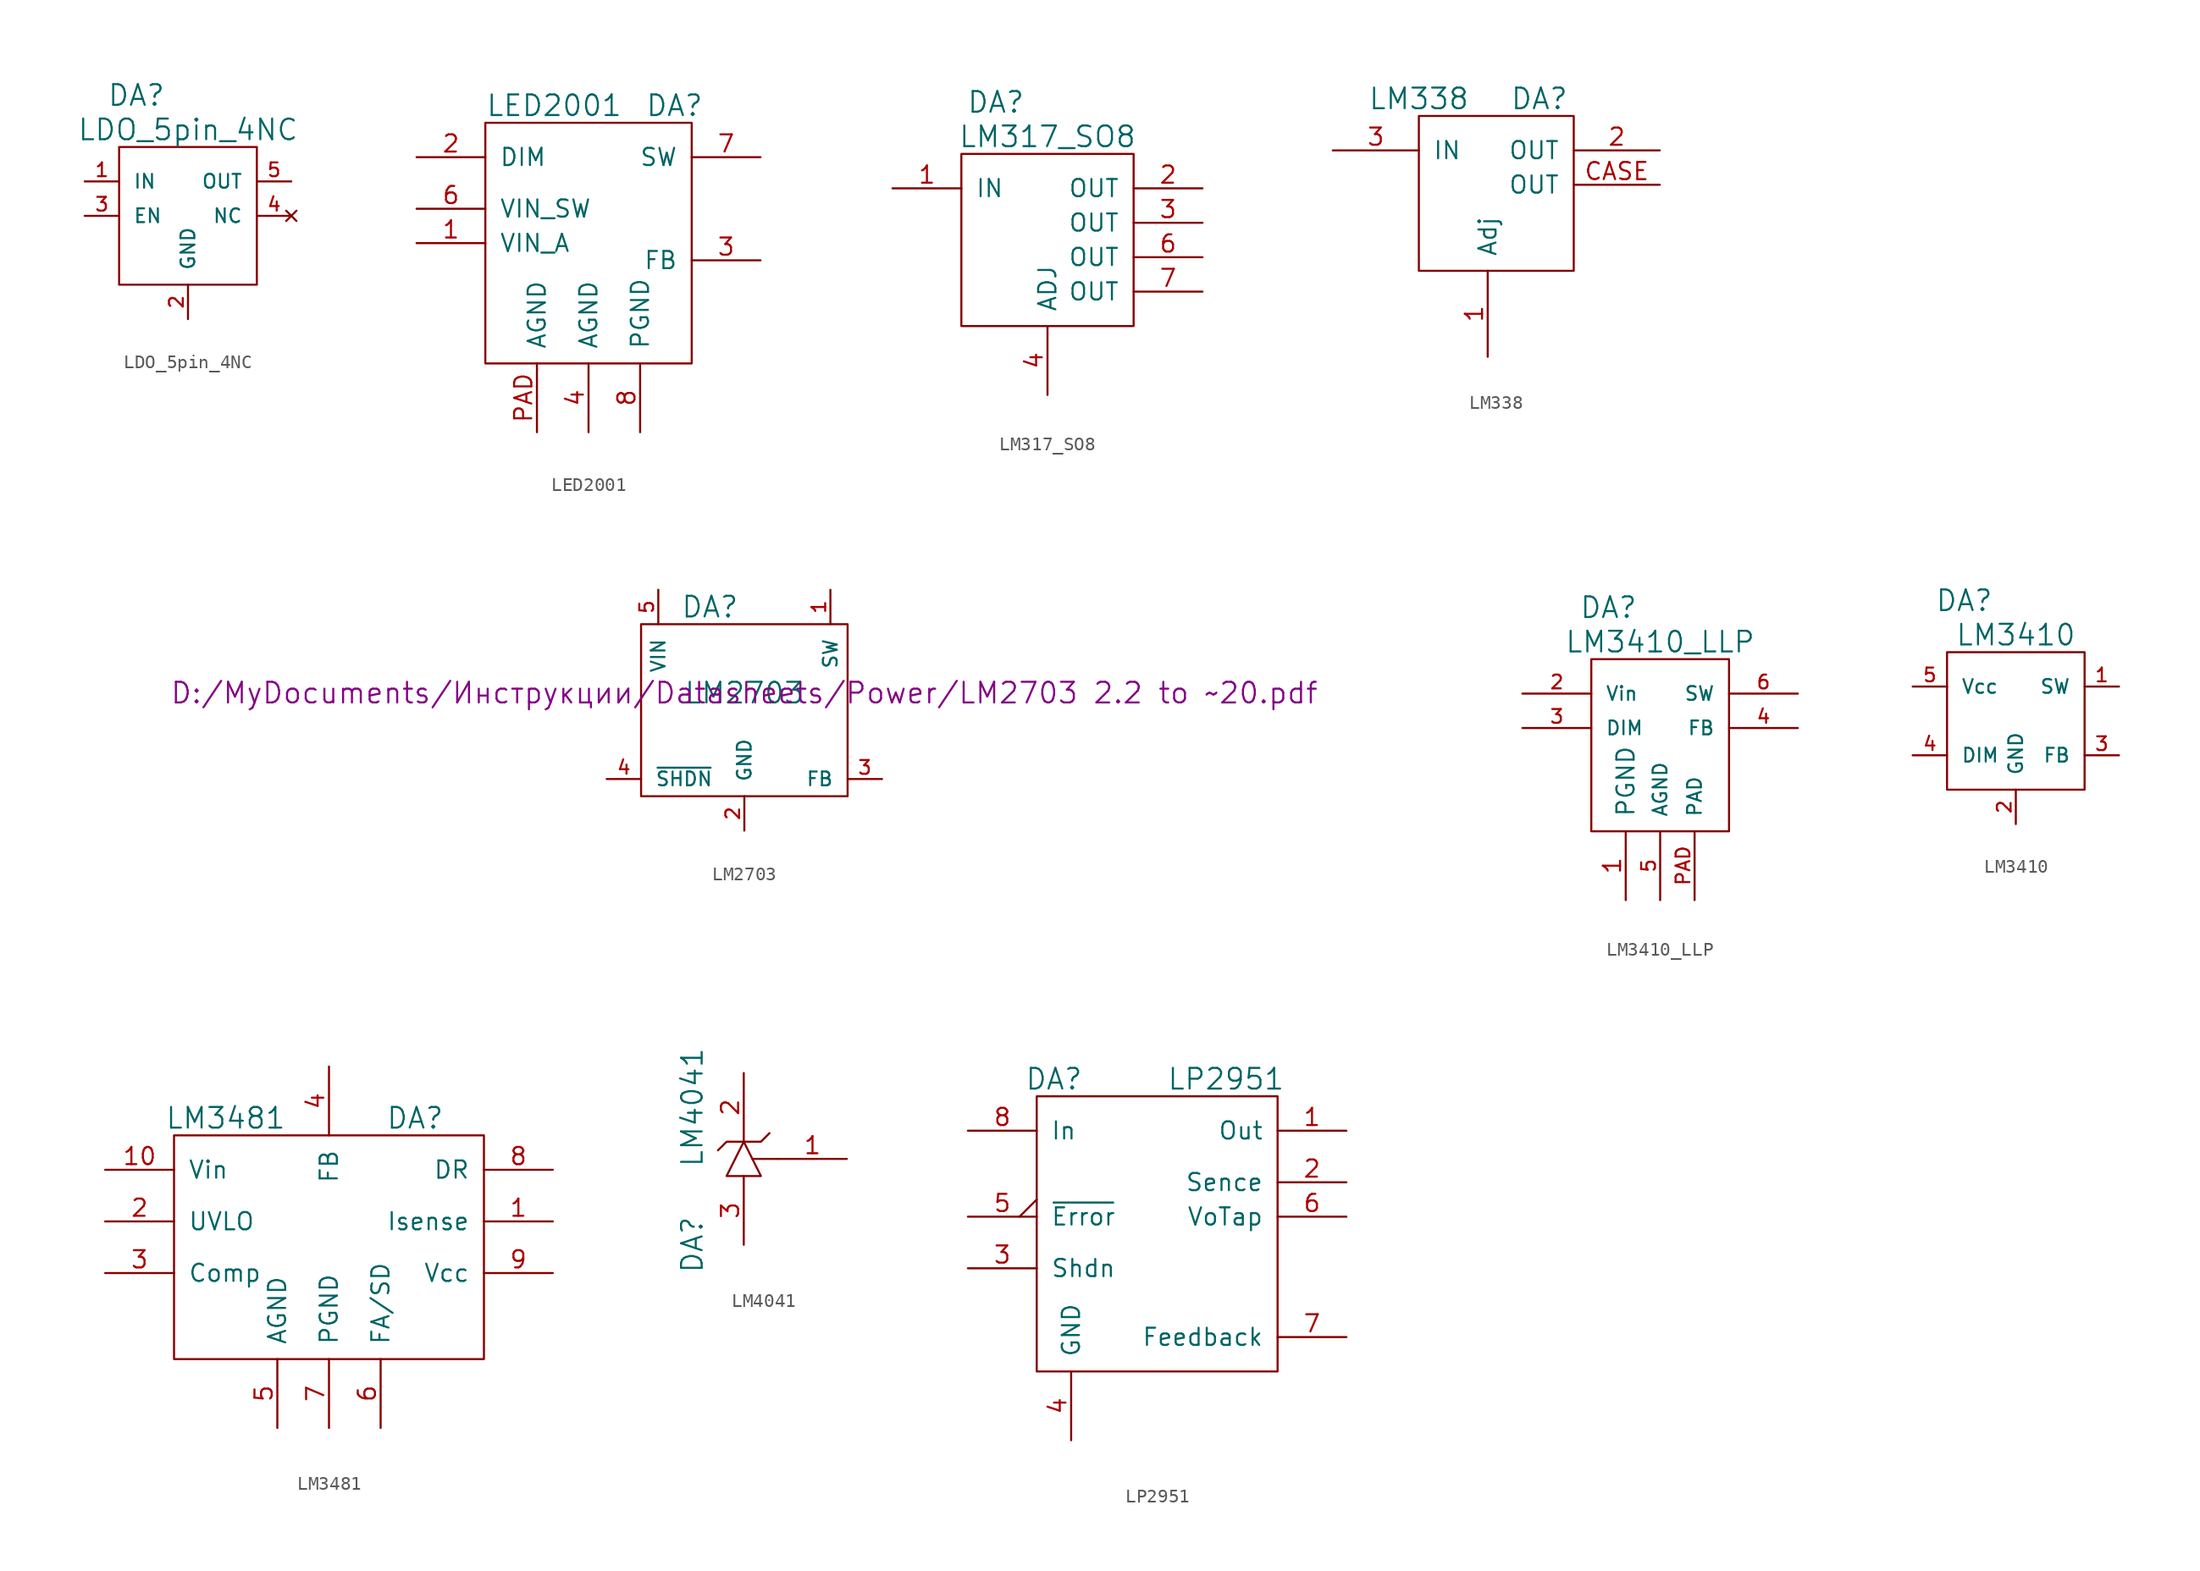
<source format=kicad_sym>
(kicad_symbol_lib
  (version 20231120)
  (generator "kicad_symbol_editor")
  (generator_version "8.0")
  (symbol "LDO_5pin_4NC"
    (pin_names
      (offset 1.016))
    (property "Reference" "DA"
      (at -3.81 7.62 0)
      (effects (font (size 1.524 1.524))))
    (property "Value" "LDO_5pin_4NC"
      (at 0 5.08 0)
      (effects (font (size 1.524 1.524))))
    (property "Footprint" ""
      (at 0 0 0)
      (effects (font (size 1.524 1.524))))
    (property "Datasheet" ""
      (at 0 0 0)
      (effects (font (size 1.524 1.524))))
    (symbol "LDO_5pin_4NC_0_1"
      (rectangle (start -5.08 3.81) (end 5.08 -6.35) (stroke (width 0) (type default)) (fill (type none))))
    (symbol "LDO_5pin_4NC_1_1"
      (pin passive line (at -7.62 1.27 0) (length 2.54) (name "IN" (effects (font (size 1.016 1.016)))) (number "1" (effects (font (size 1.016 1.016)))))
      (pin power_in line (at 0 -8.89 90) (length 2.54) (name "GND" (effects (font (size 1.016 1.016)))) (number "2" (effects (font (size 1.016 1.016)))))
      (pin passive line (at -7.62 -1.27 0) (length 2.54) (name "EN" (effects (font (size 1.016 1.016)))) (number "3" (effects (font (size 1.016 1.016)))))
      (pin no_connect line (at 7.62 -1.27 180) (length 2.54) (name "NC" (effects (font (size 1.016 1.016)))) (number "4" (effects (font (size 1.016 1.016)))))
      (pin power_out line (at 7.62 1.27 180) (length 2.54) (name "OUT" (effects (font (size 1.016 1.016)))) (number "5" (effects (font (size 1.016 1.016)))))))
  (symbol "LED2001"
    (pin_names
      (offset 1.016))
    (property "Reference" "DA"
      (at 6.35 12.7 0)
      (effects (font (size 1.524 1.524))))
    (property "Value" "LED2001"
      (at -2.54 12.7 0)
      (effects (font (size 1.524 1.524))))
    (property "Footprint" ""
      (at 0 0 0)
      (effects (font (size 1.524 1.524))))
    (property "Datasheet" ""
      (at 0 0 0)
      (effects (font (size 1.524 1.524))))
    (symbol "LED2001_0_1"
      (rectangle (start -7.62 11.43) (end 7.62 -6.35) (stroke (width 0) (type default)) (fill (type none))))
    (symbol "LED2001_1_1"
      (pin power_in line (at -12.7 2.54 0) (length 5.08) (name "VIN_A" (effects (font (size 1.27 1.27)))) (number "1" (effects (font (size 1.27 1.27)))))
      (pin passive line (at -12.7 8.89 0) (length 5.08) (name "DIM" (effects (font (size 1.27 1.27)))) (number "2" (effects (font (size 1.27 1.27)))))
      (pin passive line (at 12.7 1.27 180) (length 5.08) (name "FB" (effects (font (size 1.27 1.27)))) (number "3" (effects (font (size 1.27 1.27)))))
      (pin power_in line (at 0 -11.43 90) (length 5.08) (name "AGND" (effects (font (size 1.27 1.27)))) (number "4" (effects (font (size 1.27 1.27)))))
      (pin power_in line (at -12.7 5.08 0) (length 5.08) (name "VIN_SW" (effects (font (size 1.27 1.27)))) (number "6" (effects (font (size 1.27 1.27)))))
      (pin passive line (at 12.7 8.89 180) (length 5.08) (name "SW" (effects (font (size 1.27 1.27)))) (number "7" (effects (font (size 1.27 1.27)))))
      (pin power_in line (at 3.81 -11.43 90) (length 5.08) (name "PGND" (effects (font (size 1.27 1.27)))) (number "8" (effects (font (size 1.27 1.27)))))
      (pin power_in line (at -3.81 -11.43 90) (length 5.08) (name "AGND" (effects (font (size 1.27 1.27)))) (number "PAD" (effects (font (size 1.27 1.27)))))))
  (symbol "LM317_SO8"
    (pin_names
      (offset 1.016))
    (property "Reference" "DA"
      (at -3.81 10.16 0)
      (effects (font (size 1.524 1.524))))
    (property "Value" "LM317_SO8"
      (at 0 7.62 0)
      (effects (font (size 1.524 1.524))))
    (property "Footprint" ""
      (at 0 0 0)
      (effects (font (size 1.524 1.524))))
    (property "Datasheet" ""
      (at 0 0 0)
      (effects (font (size 1.524 1.524))))
    (symbol "LM317_SO8_0_1"
      (rectangle (start -6.35 6.35) (end 6.35 -6.35) (stroke (width 0) (type default)) (fill (type none))))
    (symbol "LM317_SO8_1_1"
      (pin power_in line (at -11.43 3.81 0) (length 5.08) (name "IN" (effects (font (size 1.27 1.27)))) (number "1" (effects (font (size 1.27 1.27)))))
      (pin power_out line (at 11.43 3.81 180) (length 5.08) (name "OUT" (effects (font (size 1.27 1.27)))) (number "2" (effects (font (size 1.27 1.27)))))
      (pin power_out line (at 11.43 1.27 180) (length 5.08) (name "OUT" (effects (font (size 1.27 1.27)))) (number "3" (effects (font (size 1.27 1.27)))))
      (pin power_out line (at 0 -11.43 90) (length 5.08) (name "ADJ" (effects (font (size 1.27 1.27)))) (number "4" (effects (font (size 1.27 1.27)))))
      (pin power_out line (at 11.43 -1.27 180) (length 5.08) (name "OUT" (effects (font (size 1.27 1.27)))) (number "6" (effects (font (size 1.27 1.27)))))
      (pin power_out line (at 11.43 -3.81 180) (length 5.08) (name "OUT" (effects (font (size 1.27 1.27)))) (number "7" (effects (font (size 1.27 1.27)))))))
  (symbol "LM338"
    (pin_names
      (offset 1.016))
    (property "Reference" "DA"
      (at 3.81 7.62 0)
      (effects (font (size 1.524 1.524))))
    (property "Value" "LM338"
      (at -5.08 7.62 0)
      (effects (font (size 1.524 1.524))))
    (property "Footprint" ""
      (at 0 0 0)
      (effects (font (size 1.524 1.524))))
    (property "Datasheet" ""
      (at 0 0 0)
      (effects (font (size 1.524 1.524))))
    (symbol "LM338_0_1"
      (rectangle (start -5.08 6.35) (end 6.35 -5.08) (stroke (width 0) (type default)) (fill (type none))))
    (symbol "LM338_1_1"
      (pin passive line (at 0 -11.43 90) (length 6.35) (name "Adj" (effects (font (size 1.27 1.27)))) (number "1" (effects (font (size 1.27 1.27)))))
      (pin power_out line (at 12.7 3.81 180) (length 6.35) (name "OUT" (effects (font (size 1.27 1.27)))) (number "2" (effects (font (size 1.27 1.27)))))
      (pin power_in line (at -11.43 3.81 0) (length 6.35) (name "IN" (effects (font (size 1.27 1.27)))) (number "3" (effects (font (size 1.27 1.27)))))
      (pin passive line (at 12.7 1.27 180) (length 6.35) (name "OUT" (effects (font (size 1.27 1.27)))) (number "CASE" (effects (font (size 1.27 1.27)))))))
  (symbol "LM2703"
    (pin_names
      (offset 1.016))
    (property "Reference" "DA"
      (at -2.54 6.35 0)
      (effects (font (size 1.524 1.524))))
    (property "Value" "LM2703"
      (at 0 0 0)
      (effects (font (size 1.524 1.524))))
    (property "Footprint" ""
      (at 0 0 0)
      (effects (font (size 1.524 1.524))))
    (property "Datasheet" "D:/MyDocuments/Инструкции/Datasheets/Power/LM2703 2.2 to ~20.pdf"
      (at 0 0 0)
      (effects (font (size 1.524 1.524))))
    (symbol "LM2703_0_1"
      (rectangle (start -7.62 5.08) (end 7.62 -7.62) (stroke (width 0) (type default)) (fill (type none))))
    (symbol "LM2703_1_1"
      (pin passive line (at 6.35 7.62 270) (length 2.54) (name "SW" (effects (font (size 1.016 1.016)))) (number "1" (effects (font (size 1.016 1.016)))))
      (pin power_in line (at 0 -10.16 90) (length 2.54) (name "GND" (effects (font (size 1.016 1.016)))) (number "2" (effects (font (size 1.016 1.016)))))
      (pin passive line (at 10.16 -6.35 180) (length 2.54) (name "FB" (effects (font (size 1.016 1.016)))) (number "3" (effects (font (size 1.016 1.016)))))
      (pin passive line (at -10.16 -6.35 0) (length 2.54) (name "~{SHDN}" (effects (font (size 1.016 1.016)))) (number "4" (effects (font (size 1.016 1.016)))))
      (pin passive line (at -6.35 7.62 270) (length 2.54) (name "VIN" (effects (font (size 1.016 1.016)))) (number "5" (effects (font (size 1.016 1.016)))))))
  (symbol "LM3410_LLP"
    (pin_names
      (offset 1.016))
    (property "Reference" "DA"
      (at -3.81 7.62 0)
      (effects (font (size 1.524 1.524))))
    (property "Value" "LM3410_LLP"
      (at 0 5.08 0)
      (effects (font (size 1.524 1.524))))
    (property "Footprint" ""
      (at 0 0 0)
      (effects (font (size 1.524 1.524))))
    (property "Datasheet" ""
      (at 0 0 0)
      (effects (font (size 1.524 1.524))))
    (symbol "LM3410_LLP_0_1"
      (rectangle (start -5.08 3.81) (end 5.08 -8.89) (stroke (width 0) (type default)) (fill (type none))))
    (symbol "LM3410_LLP_1_1"
      (pin power_in line (at -2.54 -13.97 90) (length 5.08) (name "PGND" (effects (font (size 1.27 1.27)))) (number "1" (effects (font (size 1.27 1.27)))))
      (pin power_in line (at -10.16 1.27 0) (length 5.08) (name "Vin" (effects (font (size 1.016 1.016)))) (number "2" (effects (font (size 1.016 1.016)))))
      (pin passive line (at -10.16 -1.27 0) (length 5.08) (name "DIM" (effects (font (size 1.016 1.016)))) (number "3" (effects (font (size 1.016 1.016)))))
      (pin passive line (at 10.16 -1.27 180) (length 5.08) (name "FB" (effects (font (size 1.016 1.016)))) (number "4" (effects (font (size 1.016 1.016)))))
      (pin power_in line (at 0 -13.97 90) (length 5.08) (name "AGND" (effects (font (size 1.016 1.016)))) (number "5" (effects (font (size 1.016 1.016)))))
      (pin passive line (at 10.16 1.27 180) (length 5.08) (name "SW" (effects (font (size 1.016 1.016)))) (number "6" (effects (font (size 1.016 1.016)))))
      (pin power_in line (at 2.54 -13.97 90) (length 5.08) (name "PAD" (effects (font (size 1.016 1.016)))) (number "PAD" (effects (font (size 1.016 1.016)))))))
  (symbol "LM3410"
    (pin_names
      (offset 1.016))
    (property "Reference" "DA"
      (at -3.81 7.62 0)
      (effects (font (size 1.524 1.524))))
    (property "Value" "LM3410"
      (at 0 5.08 0)
      (effects (font (size 1.524 1.524))))
    (property "Footprint" ""
      (at 0 0 0)
      (effects (font (size 1.524 1.524))))
    (property "Datasheet" ""
      (at 0 0 0)
      (effects (font (size 1.524 1.524))))
    (symbol "LM3410_0_1"
      (rectangle (start -5.08 3.81) (end 5.08 -6.35) (stroke (width 0) (type default)) (fill (type none))))
    (symbol "LM3410_1_1"
      (pin passive line (at 7.62 1.27 180) (length 2.54) (name "SW" (effects (font (size 1.016 1.016)))) (number "1" (effects (font (size 1.016 1.016)))))
      (pin power_in line (at 0 -8.89 90) (length 2.54) (name "GND" (effects (font (size 1.016 1.016)))) (number "2" (effects (font (size 1.016 1.016)))))
      (pin passive line (at 7.62 -3.81 180) (length 2.54) (name "FB" (effects (font (size 1.016 1.016)))) (number "3" (effects (font (size 1.016 1.016)))))
      (pin passive line (at -7.62 -3.81 0) (length 2.54) (name "DIM" (effects (font (size 1.016 1.016)))) (number "4" (effects (font (size 1.016 1.016)))))
      (pin power_in line (at -7.62 1.27 0) (length 2.54) (name "Vcc" (effects (font (size 1.016 1.016)))) (number "5" (effects (font (size 1.016 1.016)))))))
  (symbol "LM3481"
    (pin_names
      (offset 1.016))
    (property "Reference" "DA"
      (at 6.35 8.89 0)
      (effects (font (size 1.524 1.524))))
    (property "Value" "LM3481"
      (at -7.62 8.89 0)
      (effects (font (size 1.524 1.524))))
    (symbol "LM3481_0_1"
      (rectangle (start -11.43 7.62) (end 11.43 -8.89) (stroke (width 0) (type default)) (fill (type none))))
    (symbol "LM3481_1_1"
      (pin passive line (at 16.51 1.27 180) (length 5.08) (name "Isense" (effects (font (size 1.27 1.27)))) (number "1" (effects (font (size 1.27 1.27)))))
      (pin power_in line (at -16.51 5.08 0) (length 5.08) (name "Vin" (effects (font (size 1.27 1.27)))) (number "10" (effects (font (size 1.27 1.27)))))
      (pin passive line (at -16.51 1.27 0) (length 5.08) (name "UVLO" (effects (font (size 1.27 1.27)))) (number "2" (effects (font (size 1.27 1.27)))))
      (pin passive line (at -16.51 -2.54 0) (length 5.08) (name "Comp" (effects (font (size 1.27 1.27)))) (number "3" (effects (font (size 1.27 1.27)))))
      (pin passive line (at 0 12.7 270) (length 5.08) (name "FB" (effects (font (size 1.27 1.27)))) (number "4" (effects (font (size 1.27 1.27)))))
      (pin power_in line (at -3.81 -13.97 90) (length 5.08) (name "AGND" (effects (font (size 1.27 1.27)))) (number "5" (effects (font (size 1.27 1.27)))))
      (pin passive line (at 3.81 -13.97 90) (length 5.08) (name "FA/SD" (effects (font (size 1.27 1.27)))) (number "6" (effects (font (size 1.27 1.27)))))
      (pin power_in line (at 0 -13.97 90) (length 5.08) (name "PGND" (effects (font (size 1.27 1.27)))) (number "7" (effects (font (size 1.27 1.27)))))
      (pin passive line (at 16.51 5.08 180) (length 5.08) (name "DR" (effects (font (size 1.27 1.27)))) (number "8" (effects (font (size 1.27 1.27)))))
      (pin passive line (at 16.51 -2.54 180) (length 5.08) (name "Vcc" (effects (font (size 1.27 1.27)))) (number "9" (effects (font (size 1.27 1.27)))))))
  (symbol "LM4041"
    (pin_names
      (offset 1.016) hide)
    (property "Reference" "DA"
      (at -3.81 -6.35 90)
      (effects (font (size 1.524 1.524))))
    (property "Value" "LM4041"
      (at -3.81 3.81 90)
      (effects (font (size 1.524 1.524))))
    (property "Footprint" ""
      (at 0 0 0)
      (effects (font (size 1.524 1.524))))
    (property "Datasheet" ""
      (at 0 0 0)
      (effects (font (size 1.524 1.524))))
    (symbol "LM4041_0_1"
      (polyline (pts (xy 0.635 0) (xy 2.54 0)) (stroke (width 0) (type default)) (fill (type none)))
      (polyline (pts (xy -1.905 0.635) (xy -1.27 1.27) (xy 1.27 1.27) (xy 1.905 1.905)) (stroke (width 0) (type default)) (fill (type none)))
      (polyline (pts (xy -1.27 -1.27) (xy 0 1.27) (xy 1.27 -1.27) (xy -1.27 -1.27)) (stroke (width 0) (type default)) (fill (type none))))
    (symbol "LM4041_1_1"
      (pin passive line (at 7.62 0 180) (length 5.08) (name "FB" (effects (font (size 1.27 1.27)))) (number "1" (effects (font (size 1.27 1.27)))))
      (pin passive line (at 0 6.35 270) (length 5.08) (name "C" (effects (font (size 1.27 1.27)))) (number "2" (effects (font (size 1.27 1.27)))))
      (pin passive line (at 0 -6.35 90) (length 5.08) (name "A" (effects (font (size 1.27 1.27)))) (number "3" (effects (font (size 1.27 1.27)))))))
  (symbol "LP2951"
    (pin_names
      (offset 1.016))
    (property "Reference" "DA"
      (at -7.62 10.16 0)
      (effects (font (size 1.524 1.524))))
    (property "Value" "LP2951"
      (at 5.08 10.16 0)
      (effects (font (size 1.524 1.524))))
    (property "Footprint" ""
      (at 0 0 0)
      (effects (font (size 1.524 1.524))))
    (property "Datasheet" ""
      (at 0 0 0)
      (effects (font (size 1.524 1.524))))
    (symbol "LP2951_0_1"
      (rectangle (start -8.89 8.89) (end 8.89 -11.43) (stroke (width 0) (type default)) (fill (type none))))
    (symbol "LP2951_1_1"
      (pin power_out line (at 13.97 6.35 180) (length 5.08) (name "Out" (effects (font (size 1.27 1.27)))) (number "1" (effects (font (size 1.27 1.27)))))
      (pin passive line (at 13.97 2.54 180) (length 5.08) (name "Sence" (effects (font (size 1.27 1.27)))) (number "2" (effects (font (size 1.27 1.27)))))
      (pin passive line (at -13.97 -3.81 0) (length 5.08) (name "Shdn" (effects (font (size 1.27 1.27)))) (number "3" (effects (font (size 1.27 1.27)))))
      (pin power_in line (at -6.35 -16.51 90) (length 5.08) (name "GND" (effects (font (size 1.27 1.27)))) (number "4" (effects (font (size 1.27 1.27)))))
      (pin passive output_low (at -13.97 0 0) (length 5.08) (name "~{Error}" (effects (font (size 1.27 1.27)))) (number "5" (effects (font (size 1.27 1.27)))))
      (pin passive line (at 13.97 0 180) (length 5.08) (name "VoTap" (effects (font (size 1.27 1.27)))) (number "6" (effects (font (size 1.27 1.27)))))
      (pin passive line (at 13.97 -8.89 180) (length 5.08) (name "Feedback" (effects (font (size 1.27 1.27)))) (number "7" (effects (font (size 1.27 1.27)))))
      (pin power_in line (at -13.97 6.35 0) (length 5.08) (name "In" (effects (font (size 1.27 1.27)))) (number "8" (effects (font (size 1.27 1.27))))))))
</source>
